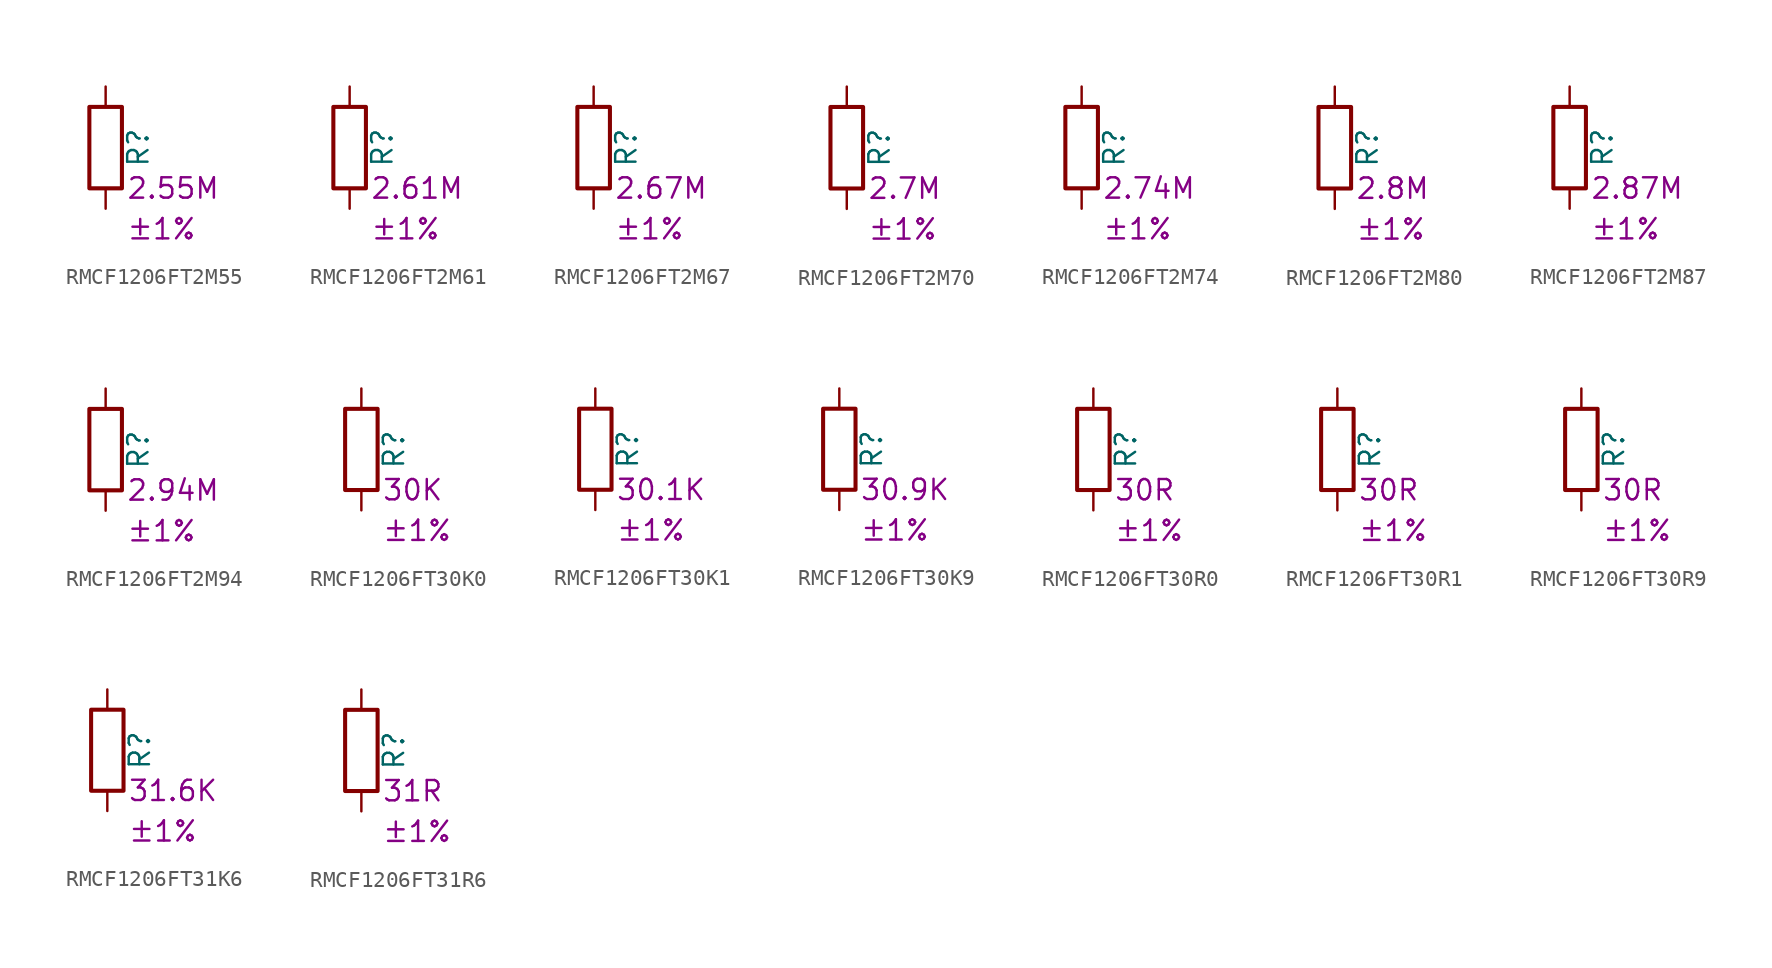
<source format=kicad_sym>
(kicad_symbol_lib
  (version 20220914)
  (generator kicad_symbol_editor)
  (symbol "RMCF1206FT2M55"
    (pin_numbers hide)
    (pin_names
      (offset 0))
    (property "Reference" "R"
      (at 2.032 0 90)
      (effects (font (size 1.27 1.27))))
    (property "Resistance" "2.55M"
      (at 1.27 -2.54 0)
      (effects (font (size 1.27 1.27)) (justify left)))
    (property "Tolerance" "±1%"
      (at 1.27 -5.08 0)
      (effects (font (size 1.27 1.27)) (justify left)))
    (symbol "RMCF1206FT2M55_0_1"
      (rectangle (start -1.016 -2.54) (end 1.016 2.54) (stroke (width 0.254) (type default)) (fill (type none))))
    (symbol "RMCF1206FT2M55_1_1"
      (pin passive line (at 0 3.81 270) (length 1.27) (name "~" (effects (font (size 1.27 1.27)))) (number "1" (effects (font (size 1.27 1.27)))))
      (pin passive line (at 0 -3.81 90) (length 1.27) (name "~" (effects (font (size 1.27 1.27)))) (number "2" (effects (font (size 1.27 1.27)))))))
  (symbol "RMCF1206FT2M61"
    (pin_numbers hide)
    (pin_names
      (offset 0))
    (property "Reference" "R"
      (at 2.032 0 90)
      (effects (font (size 1.27 1.27))))
    (property "Resistance" "2.61M"
      (at 1.27 -2.54 0)
      (effects (font (size 1.27 1.27)) (justify left)))
    (property "Tolerance" "±1%"
      (at 1.27 -5.08 0)
      (effects (font (size 1.27 1.27)) (justify left)))
    (symbol "RMCF1206FT2M61_0_1"
      (rectangle (start -1.016 -2.54) (end 1.016 2.54) (stroke (width 0.254) (type default)) (fill (type none))))
    (symbol "RMCF1206FT2M61_1_1"
      (pin passive line (at 0 3.81 270) (length 1.27) (name "~" (effects (font (size 1.27 1.27)))) (number "1" (effects (font (size 1.27 1.27)))))
      (pin passive line (at 0 -3.81 90) (length 1.27) (name "~" (effects (font (size 1.27 1.27)))) (number "2" (effects (font (size 1.27 1.27)))))))
  (symbol "RMCF1206FT2M67"
    (pin_numbers hide)
    (pin_names
      (offset 0))
    (property "Reference" "R"
      (at 2.032 0 90)
      (effects (font (size 1.27 1.27))))
    (property "Resistance" "2.67M"
      (at 1.27 -2.54 0)
      (effects (font (size 1.27 1.27)) (justify left)))
    (property "Tolerance" "±1%"
      (at 1.27 -5.08 0)
      (effects (font (size 1.27 1.27)) (justify left)))
    (symbol "RMCF1206FT2M67_0_1"
      (rectangle (start -1.016 -2.54) (end 1.016 2.54) (stroke (width 0.254) (type default)) (fill (type none))))
    (symbol "RMCF1206FT2M67_1_1"
      (pin passive line (at 0 3.81 270) (length 1.27) (name "~" (effects (font (size 1.27 1.27)))) (number "1" (effects (font (size 1.27 1.27)))))
      (pin passive line (at 0 -3.81 90) (length 1.27) (name "~" (effects (font (size 1.27 1.27)))) (number "2" (effects (font (size 1.27 1.27)))))))
  (symbol "RMCF1206FT2M70"
    (pin_numbers hide)
    (pin_names
      (offset 0))
    (property "Reference" "R"
      (at 2.032 0 90)
      (effects (font (size 1.27 1.27))))
    (property "Resistance" "2.7M"
      (at 1.27 -2.54 0)
      (effects (font (size 1.27 1.27)) (justify left)))
    (property "Tolerance" "±1%"
      (at 1.27 -5.08 0)
      (effects (font (size 1.27 1.27)) (justify left)))
    (symbol "RMCF1206FT2M70_0_1"
      (rectangle (start -1.016 -2.54) (end 1.016 2.54) (stroke (width 0.254) (type default)) (fill (type none))))
    (symbol "RMCF1206FT2M70_1_1"
      (pin passive line (at 0 3.81 270) (length 1.27) (name "~" (effects (font (size 1.27 1.27)))) (number "1" (effects (font (size 1.27 1.27)))))
      (pin passive line (at 0 -3.81 90) (length 1.27) (name "~" (effects (font (size 1.27 1.27)))) (number "2" (effects (font (size 1.27 1.27)))))))
  (symbol "RMCF1206FT2M74"
    (pin_numbers hide)
    (pin_names
      (offset 0))
    (property "Reference" "R"
      (at 2.032 0 90)
      (effects (font (size 1.27 1.27))))
    (property "Resistance" "2.74M"
      (at 1.27 -2.54 0)
      (effects (font (size 1.27 1.27)) (justify left)))
    (property "Tolerance" "±1%"
      (at 1.27 -5.08 0)
      (effects (font (size 1.27 1.27)) (justify left)))
    (symbol "RMCF1206FT2M74_0_1"
      (rectangle (start -1.016 -2.54) (end 1.016 2.54) (stroke (width 0.254) (type default)) (fill (type none))))
    (symbol "RMCF1206FT2M74_1_1"
      (pin passive line (at 0 3.81 270) (length 1.27) (name "~" (effects (font (size 1.27 1.27)))) (number "1" (effects (font (size 1.27 1.27)))))
      (pin passive line (at 0 -3.81 90) (length 1.27) (name "~" (effects (font (size 1.27 1.27)))) (number "2" (effects (font (size 1.27 1.27)))))))
  (symbol "RMCF1206FT2M80"
    (pin_numbers hide)
    (pin_names
      (offset 0))
    (property "Reference" "R"
      (at 2.032 0 90)
      (effects (font (size 1.27 1.27))))
    (property "Resistance" "2.8M"
      (at 1.27 -2.54 0)
      (effects (font (size 1.27 1.27)) (justify left)))
    (property "Tolerance" "±1%"
      (at 1.27 -5.08 0)
      (effects (font (size 1.27 1.27)) (justify left)))
    (symbol "RMCF1206FT2M80_0_1"
      (rectangle (start -1.016 -2.54) (end 1.016 2.54) (stroke (width 0.254) (type default)) (fill (type none))))
    (symbol "RMCF1206FT2M80_1_1"
      (pin passive line (at 0 3.81 270) (length 1.27) (name "~" (effects (font (size 1.27 1.27)))) (number "1" (effects (font (size 1.27 1.27)))))
      (pin passive line (at 0 -3.81 90) (length 1.27) (name "~" (effects (font (size 1.27 1.27)))) (number "2" (effects (font (size 1.27 1.27)))))))
  (symbol "RMCF1206FT2M87"
    (pin_numbers hide)
    (pin_names
      (offset 0))
    (property "Reference" "R"
      (at 2.032 0 90)
      (effects (font (size 1.27 1.27))))
    (property "Resistance" "2.87M"
      (at 1.27 -2.54 0)
      (effects (font (size 1.27 1.27)) (justify left)))
    (property "Tolerance" "±1%"
      (at 1.27 -5.08 0)
      (effects (font (size 1.27 1.27)) (justify left)))
    (symbol "RMCF1206FT2M87_0_1"
      (rectangle (start -1.016 -2.54) (end 1.016 2.54) (stroke (width 0.254) (type default)) (fill (type none))))
    (symbol "RMCF1206FT2M87_1_1"
      (pin passive line (at 0 3.81 270) (length 1.27) (name "~" (effects (font (size 1.27 1.27)))) (number "1" (effects (font (size 1.27 1.27)))))
      (pin passive line (at 0 -3.81 90) (length 1.27) (name "~" (effects (font (size 1.27 1.27)))) (number "2" (effects (font (size 1.27 1.27)))))))
  (symbol "RMCF1206FT2M94"
    (pin_numbers hide)
    (pin_names
      (offset 0))
    (property "Reference" "R"
      (at 2.032 0 90)
      (effects (font (size 1.27 1.27))))
    (property "Resistance" "2.94M"
      (at 1.27 -2.54 0)
      (effects (font (size 1.27 1.27)) (justify left)))
    (property "Tolerance" "±1%"
      (at 1.27 -5.08 0)
      (effects (font (size 1.27 1.27)) (justify left)))
    (symbol "RMCF1206FT2M94_0_1"
      (rectangle (start -1.016 -2.54) (end 1.016 2.54) (stroke (width 0.254) (type default)) (fill (type none))))
    (symbol "RMCF1206FT2M94_1_1"
      (pin passive line (at 0 3.81 270) (length 1.27) (name "~" (effects (font (size 1.27 1.27)))) (number "1" (effects (font (size 1.27 1.27)))))
      (pin passive line (at 0 -3.81 90) (length 1.27) (name "~" (effects (font (size 1.27 1.27)))) (number "2" (effects (font (size 1.27 1.27)))))))
  (symbol "RMCF1206FT30K0"
    (pin_numbers hide)
    (pin_names
      (offset 0))
    (property "Reference" "R"
      (at 2.032 0 90)
      (effects (font (size 1.27 1.27))))
    (property "Resistance" "30K"
      (at 1.27 -2.54 0)
      (effects (font (size 1.27 1.27)) (justify left)))
    (property "Tolerance" "±1%"
      (at 1.27 -5.08 0)
      (effects (font (size 1.27 1.27)) (justify left)))
    (symbol "RMCF1206FT30K0_0_1"
      (rectangle (start -1.016 -2.54) (end 1.016 2.54) (stroke (width 0.254) (type default)) (fill (type none))))
    (symbol "RMCF1206FT30K0_1_1"
      (pin passive line (at 0 3.81 270) (length 1.27) (name "~" (effects (font (size 1.27 1.27)))) (number "1" (effects (font (size 1.27 1.27)))))
      (pin passive line (at 0 -3.81 90) (length 1.27) (name "~" (effects (font (size 1.27 1.27)))) (number "2" (effects (font (size 1.27 1.27)))))))
  (symbol "RMCF1206FT30K1"
    (pin_numbers hide)
    (pin_names
      (offset 0))
    (property "Reference" "R"
      (at 2.032 0 90)
      (effects (font (size 1.27 1.27))))
    (property "Resistance" "30.1K"
      (at 1.27 -2.54 0)
      (effects (font (size 1.27 1.27)) (justify left)))
    (property "Tolerance" "±1%"
      (at 1.27 -5.08 0)
      (effects (font (size 1.27 1.27)) (justify left)))
    (symbol "RMCF1206FT30K1_0_1"
      (rectangle (start -1.016 -2.54) (end 1.016 2.54) (stroke (width 0.254) (type default)) (fill (type none))))
    (symbol "RMCF1206FT30K1_1_1"
      (pin passive line (at 0 3.81 270) (length 1.27) (name "~" (effects (font (size 1.27 1.27)))) (number "1" (effects (font (size 1.27 1.27)))))
      (pin passive line (at 0 -3.81 90) (length 1.27) (name "~" (effects (font (size 1.27 1.27)))) (number "2" (effects (font (size 1.27 1.27)))))))
  (symbol "RMCF1206FT30K9"
    (pin_numbers hide)
    (pin_names
      (offset 0))
    (property "Reference" "R"
      (at 2.032 0 90)
      (effects (font (size 1.27 1.27))))
    (property "Resistance" "30.9K"
      (at 1.27 -2.54 0)
      (effects (font (size 1.27 1.27)) (justify left)))
    (property "Tolerance" "±1%"
      (at 1.27 -5.08 0)
      (effects (font (size 1.27 1.27)) (justify left)))
    (symbol "RMCF1206FT30K9_0_1"
      (rectangle (start -1.016 -2.54) (end 1.016 2.54) (stroke (width 0.254) (type default)) (fill (type none))))
    (symbol "RMCF1206FT30K9_1_1"
      (pin passive line (at 0 3.81 270) (length 1.27) (name "~" (effects (font (size 1.27 1.27)))) (number "1" (effects (font (size 1.27 1.27)))))
      (pin passive line (at 0 -3.81 90) (length 1.27) (name "~" (effects (font (size 1.27 1.27)))) (number "2" (effects (font (size 1.27 1.27)))))))
  (symbol "RMCF1206FT30R0"
    (pin_numbers hide)
    (pin_names
      (offset 0))
    (property "Reference" "R"
      (at 2.032 0 90)
      (effects (font (size 1.27 1.27))))
    (property "Resistance" "30R"
      (at 1.27 -2.54 0)
      (effects (font (size 1.27 1.27)) (justify left)))
    (property "Tolerance" "±1%"
      (at 1.27 -5.08 0)
      (effects (font (size 1.27 1.27)) (justify left)))
    (symbol "RMCF1206FT30R0_0_1"
      (rectangle (start -1.016 -2.54) (end 1.016 2.54) (stroke (width 0.254) (type default)) (fill (type none))))
    (symbol "RMCF1206FT30R0_1_1"
      (pin passive line (at 0 3.81 270) (length 1.27) (name "~" (effects (font (size 1.27 1.27)))) (number "1" (effects (font (size 1.27 1.27)))))
      (pin passive line (at 0 -3.81 90) (length 1.27) (name "~" (effects (font (size 1.27 1.27)))) (number "2" (effects (font (size 1.27 1.27)))))))
  (symbol "RMCF1206FT30R1"
    (pin_numbers hide)
    (pin_names
      (offset 0))
    (property "Reference" "R"
      (at 2.032 0 90)
      (effects (font (size 1.27 1.27))))
    (property "Resistance" "30R"
      (at 1.27 -2.54 0)
      (effects (font (size 1.27 1.27)) (justify left)))
    (property "Tolerance" "±1%"
      (at 1.27 -5.08 0)
      (effects (font (size 1.27 1.27)) (justify left)))
    (symbol "RMCF1206FT30R1_0_1"
      (rectangle (start -1.016 -2.54) (end 1.016 2.54) (stroke (width 0.254) (type default)) (fill (type none))))
    (symbol "RMCF1206FT30R1_1_1"
      (pin passive line (at 0 3.81 270) (length 1.27) (name "~" (effects (font (size 1.27 1.27)))) (number "1" (effects (font (size 1.27 1.27)))))
      (pin passive line (at 0 -3.81 90) (length 1.27) (name "~" (effects (font (size 1.27 1.27)))) (number "2" (effects (font (size 1.27 1.27)))))))
  (symbol "RMCF1206FT30R9"
    (pin_numbers hide)
    (pin_names
      (offset 0))
    (property "Reference" "R"
      (at 2.032 0 90)
      (effects (font (size 1.27 1.27))))
    (property "Resistance" "30R"
      (at 1.27 -2.54 0)
      (effects (font (size 1.27 1.27)) (justify left)))
    (property "Tolerance" "±1%"
      (at 1.27 -5.08 0)
      (effects (font (size 1.27 1.27)) (justify left)))
    (symbol "RMCF1206FT30R9_0_1"
      (rectangle (start -1.016 -2.54) (end 1.016 2.54) (stroke (width 0.254) (type default)) (fill (type none))))
    (symbol "RMCF1206FT30R9_1_1"
      (pin passive line (at 0 3.81 270) (length 1.27) (name "~" (effects (font (size 1.27 1.27)))) (number "1" (effects (font (size 1.27 1.27)))))
      (pin passive line (at 0 -3.81 90) (length 1.27) (name "~" (effects (font (size 1.27 1.27)))) (number "2" (effects (font (size 1.27 1.27)))))))
  (symbol "RMCF1206FT31K6"
    (pin_numbers hide)
    (pin_names
      (offset 0))
    (property "Reference" "R"
      (at 2.032 0 90)
      (effects (font (size 1.27 1.27))))
    (property "Resistance" "31.6K"
      (at 1.27 -2.54 0)
      (effects (font (size 1.27 1.27)) (justify left)))
    (property "Tolerance" "±1%"
      (at 1.27 -5.08 0)
      (effects (font (size 1.27 1.27)) (justify left)))
    (symbol "RMCF1206FT31K6_0_1"
      (rectangle (start -1.016 -2.54) (end 1.016 2.54) (stroke (width 0.254) (type default)) (fill (type none))))
    (symbol "RMCF1206FT31K6_1_1"
      (pin passive line (at 0 3.81 270) (length 1.27) (name "~" (effects (font (size 1.27 1.27)))) (number "1" (effects (font (size 1.27 1.27)))))
      (pin passive line (at 0 -3.81 90) (length 1.27) (name "~" (effects (font (size 1.27 1.27)))) (number "2" (effects (font (size 1.27 1.27)))))))
  (symbol "RMCF1206FT31R6"
    (pin_numbers hide)
    (pin_names
      (offset 0))
    (property "Reference" "R"
      (at 2.032 0 90)
      (effects (font (size 1.27 1.27))))
    (property "Resistance" "31R"
      (at 1.27 -2.54 0)
      (effects (font (size 1.27 1.27)) (justify left)))
    (property "Tolerance" "±1%"
      (at 1.27 -5.08 0)
      (effects (font (size 1.27 1.27)) (justify left)))
    (symbol "RMCF1206FT31R6_0_1"
      (rectangle (start -1.016 -2.54) (end 1.016 2.54) (stroke (width 0.254) (type default)) (fill (type none))))
    (symbol "RMCF1206FT31R6_1_1"
      (pin passive line (at 0 3.81 270) (length 1.27) (name "~" (effects (font (size 1.27 1.27)))) (number "1" (effects (font (size 1.27 1.27)))))
      (pin passive line (at 0 -3.81 90) (length 1.27) (name "~" (effects (font (size 1.27 1.27)))) (number "2" (effects (font (size 1.27 1.27))))))))
</source>
